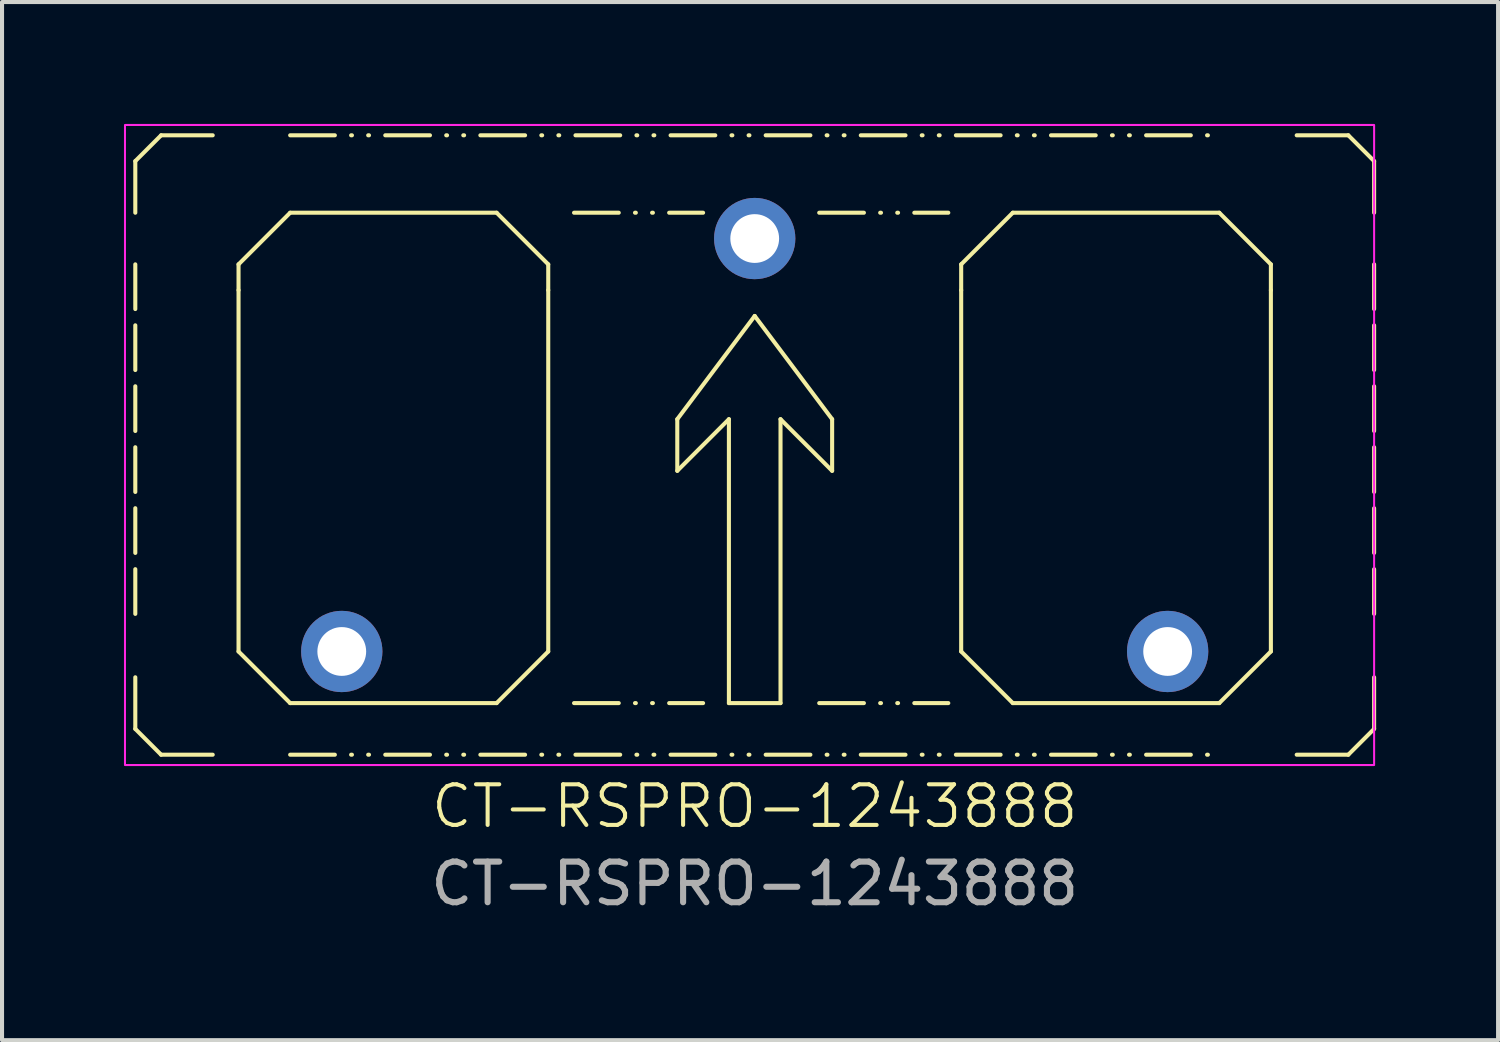
<source format=kicad_pcb>
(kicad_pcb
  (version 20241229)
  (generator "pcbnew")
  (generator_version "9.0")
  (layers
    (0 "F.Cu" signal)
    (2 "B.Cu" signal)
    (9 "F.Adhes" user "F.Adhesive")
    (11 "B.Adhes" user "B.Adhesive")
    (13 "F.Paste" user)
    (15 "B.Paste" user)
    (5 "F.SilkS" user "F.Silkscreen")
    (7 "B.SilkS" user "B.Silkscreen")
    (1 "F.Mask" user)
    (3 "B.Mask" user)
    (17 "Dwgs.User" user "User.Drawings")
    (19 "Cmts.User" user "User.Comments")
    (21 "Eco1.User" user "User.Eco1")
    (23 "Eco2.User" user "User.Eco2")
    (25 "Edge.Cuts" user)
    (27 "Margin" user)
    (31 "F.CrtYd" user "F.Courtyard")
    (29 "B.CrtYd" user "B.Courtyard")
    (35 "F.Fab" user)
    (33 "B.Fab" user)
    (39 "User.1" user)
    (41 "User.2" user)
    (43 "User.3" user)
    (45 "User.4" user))
  (footprint "CT-RSPRO-1243888"
    (layer "F.Cu")
    (at 15.519 12.979)
    (property "Reference" "CT-RSPRO-1243888" (at 0 3.81 0) (unlocked yes) (layer "F.SilkS") (effects (font (size 1 1) (thickness 0.1))))
    (attr through_hole)
    (fp_line (start -15.24 -12.065) (end -14.605 -12.7) (stroke (width 0.1) (type default)) (layer "F.SilkS"))
    (fp_line (start -15.24 -10.795) (end -15.24 -12.065) (stroke (width 0.1) (type default)) (layer "F.SilkS"))
    (fp_line (start -15.24 -9.525) (end -15.24 -0.635) (stroke (width 0.1) (type dash)) (layer "F.SilkS"))
    (fp_line (start -15.24 1.905) (end -15.24 0.635) (stroke (width 0.1) (type default)) (layer "F.SilkS"))
    (fp_line (start -14.605 -12.7) (end -13.335 -12.7) (stroke (width 0.1) (type default)) (layer "F.SilkS"))
    (fp_line (start -14.605 2.54) (end -15.24 1.905) (stroke (width 0.1) (type default)) (layer "F.SilkS"))
    (fp_line (start -13.335 2.54) (end -14.605 2.54) (stroke (width 0.1) (type default)) (layer "F.SilkS"))
    (fp_line (start -12.7 -9.525) (end -11.43 -10.795) (stroke (width 0.1) (type default)) (layer "F.SilkS"))
    (fp_line (start -12.7 -8.89) (end -12.7 -9.525) (stroke (width 0.1) (type default)) (layer "F.SilkS"))
    (fp_line (start -12.7 0) (end -12.7 -8.89) (stroke (width 0.1) (type default)) (layer "F.SilkS"))
    (fp_line (start -11.43 -12.7) (end 11.43 -12.7) (stroke (width 0.1) (type dash_dot_dot)) (layer "F.SilkS"))
    (fp_line (start -11.43 -10.795) (end -6.35 -10.795) (stroke (width 0.1) (type default)) (layer "F.SilkS"))
    (fp_line (start -11.43 1.27) (end -12.7 0) (stroke (width 0.1) (type default)) (layer "F.SilkS"))
    (fp_line (start -11.43 2.54) (end 11.43 2.54) (stroke (width 0.1) (type dash_dot_dot)) (layer "F.SilkS"))
    (fp_line (start -6.35 -10.795) (end -5.08 -9.525) (stroke (width 0.1) (type default)) (layer "F.SilkS"))
    (fp_line (start -6.35 1.27) (end -11.43 1.27) (stroke (width 0.1) (type default)) (layer "F.SilkS"))
    (fp_line (start -5.08 -9.525) (end -5.08 -8.89) (stroke (width 0.1) (type default)) (layer "F.SilkS"))
    (fp_line (start -5.08 -8.89) (end -5.08 0) (stroke (width 0.1) (type default)) (layer "F.SilkS"))
    (fp_line (start -5.08 0) (end -6.35 1.27) (stroke (width 0.1) (type default)) (layer "F.SilkS"))
    (fp_line (start -4.445 -10.795) (end -1.27 -10.795) (stroke (width 0.1) (type dash_dot_dot)) (layer "F.SilkS"))
    (fp_line (start -4.445 1.27) (end -1.27 1.27) (stroke (width 0.1) (type dash_dot_dot)) (layer "F.SilkS"))
    (fp_line (start -1.905 -5.715) (end -1.905 -4.445) (stroke (width 0.1) (type default)) (layer "F.SilkS"))
    (fp_line (start -1.905 -4.445) (end -0.635 -5.715) (stroke (width 0.1) (type default)) (layer "F.SilkS"))
    (fp_line (start -0.635 -5.715) (end -0.635 1.27) (stroke (width 0.1) (type default)) (layer "F.SilkS"))
    (fp_line (start -0.635 1.27) (end 0.635 1.27) (stroke (width 0.1) (type default)) (layer "F.SilkS"))
    (fp_line (start 0 -8.255) (end -1.905 -5.715) (stroke (width 0.1) (type default)) (layer "F.SilkS"))
    (fp_line (start 0.635 -5.715) (end 1.905 -4.445) (stroke (width 0.1) (type default)) (layer "F.SilkS"))
    (fp_line (start 0.635 1.27) (end 0.635 -5.715) (stroke (width 0.1) (type default)) (layer "F.SilkS"))
    (fp_line (start 1.587 -10.795) (end 4.763 -10.795) (stroke (width 0.1) (type dash_dot_dot)) (layer "F.SilkS"))
    (fp_line (start 1.587 1.27) (end 4.763 1.27) (stroke (width 0.1) (type dash_dot_dot)) (layer "F.SilkS"))
    (fp_line (start 1.905 -5.715) (end 0 -8.255) (stroke (width 0.1) (type default)) (layer "F.SilkS"))
    (fp_line (start 1.905 -4.445) (end 1.905 -5.715) (stroke (width 0.1) (type default)) (layer "F.SilkS"))
    (fp_line (start 5.08 -9.525) (end 6.35 -10.795) (stroke (width 0.1) (type default)) (layer "F.SilkS"))
    (fp_line (start 5.08 -8.89) (end 5.08 -9.525) (stroke (width 0.1) (type default)) (layer "F.SilkS"))
    (fp_line (start 5.08 0) (end 5.08 -8.89) (stroke (width 0.1) (type default)) (layer "F.SilkS"))
    (fp_line (start 6.35 -10.795) (end 11.43 -10.795) (stroke (width 0.1) (type default)) (layer "F.SilkS"))
    (fp_line (start 6.35 1.27) (end 5.08 0) (stroke (width 0.1) (type default)) (layer "F.SilkS"))
    (fp_line (start 11.43 -10.795) (end 12.7 -9.525) (stroke (width 0.1) (type default)) (layer "F.SilkS"))
    (fp_line (start 11.43 1.27) (end 6.35 1.27) (stroke (width 0.1) (type default)) (layer "F.SilkS"))
    (fp_line (start 12.7 -9.525) (end 12.7 -8.89) (stroke (width 0.1) (type default)) (layer "F.SilkS"))
    (fp_line (start 12.7 -8.89) (end 12.7 0) (stroke (width 0.1) (type default)) (layer "F.SilkS"))
    (fp_line (start 12.7 0) (end 11.43 1.27) (stroke (width 0.1) (type default)) (layer "F.SilkS"))
    (fp_line (start 13.335 -12.7) (end 14.605 -12.7) (stroke (width 0.1) (type default)) (layer "F.SilkS"))
    (fp_line (start 14.605 -12.7) (end 15.24 -12.065) (stroke (width 0.1) (type default)) (layer "F.SilkS"))
    (fp_line (start 14.605 2.54) (end 13.335 2.54) (stroke (width 0.1) (type default)) (layer "F.SilkS"))
    (fp_line (start 15.24 -12.065) (end 15.24 -10.795) (stroke (width 0.1) (type default)) (layer "F.SilkS"))
    (fp_line (start 15.24 -9.525) (end 15.24 -0.635) (stroke (width 0.1) (type dash)) (layer "F.SilkS"))
    (fp_line (start 15.24 0.635) (end 15.24 1.905) (stroke (width 0.1) (type default)) (layer "F.SilkS"))
    (fp_line (start 15.24 1.905) (end 14.605 2.54) (stroke (width 0.1) (type default)) (layer "F.SilkS"))
    (fp_rect (start -15.494 -12.954) (end 15.24 2.794) (stroke (width 0.05) (type default)) (fill no) (layer "F.CrtYd"))
    (fp_text user "${REFERENCE}" (at 0 5.715 0) (unlocked yes) (layer "F.Fab") (effects (font (size 1 1) (thickness 0.15))))
    (pad "1" thru_hole circle (at -10.16 0) (size 2 2) (drill 1.2) (layers "*.Cu" "*.Mask"))
    (pad "2" thru_hole circle (at 10.16 0) (size 2 2) (drill 1.2) (layers "*.Cu" "*.Mask"))
    (pad "3" thru_hole circle (at 0 -10.16) (size 2 2) (drill 1.2) (layers "*.Cu" "*.Mask")))
  (gr_rect
    (start -3 -3)
    (end 33.809 22.542)
    (stroke (width 0.1) (type default))
    (fill no)
    (layer "Edge.Cuts")))
</source>
